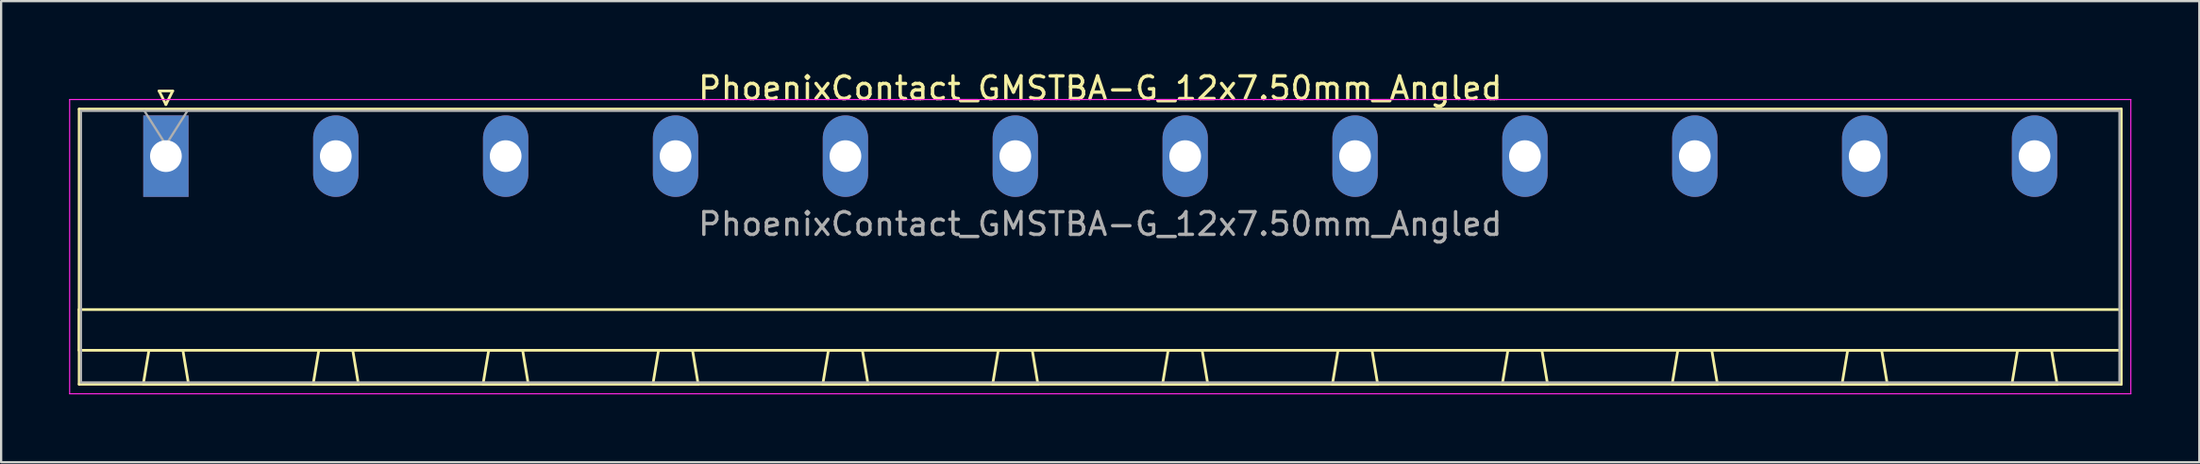
<source format=kicad_pcb>
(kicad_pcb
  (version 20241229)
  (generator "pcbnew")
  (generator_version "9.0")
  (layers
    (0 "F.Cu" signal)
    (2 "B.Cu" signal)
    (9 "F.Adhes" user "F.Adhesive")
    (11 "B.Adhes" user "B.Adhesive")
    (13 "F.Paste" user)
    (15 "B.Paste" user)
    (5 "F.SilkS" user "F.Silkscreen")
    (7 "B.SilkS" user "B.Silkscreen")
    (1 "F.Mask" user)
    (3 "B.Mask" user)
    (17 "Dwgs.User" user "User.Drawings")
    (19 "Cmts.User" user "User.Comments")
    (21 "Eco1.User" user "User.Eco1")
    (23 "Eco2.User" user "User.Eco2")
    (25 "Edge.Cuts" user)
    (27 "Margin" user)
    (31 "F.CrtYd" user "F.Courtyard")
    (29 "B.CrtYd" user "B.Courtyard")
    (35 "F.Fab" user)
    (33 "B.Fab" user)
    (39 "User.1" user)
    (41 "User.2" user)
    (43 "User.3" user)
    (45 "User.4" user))
  (footprint "PhoenixContact_GMSTBA-G_12x7.50mm_Angled"
    (layer "F.Cu")
    (at 4.275 3.848)
    (property "Reference" "PhoenixContact_GMSTBA-G_12x7.50mm_Angled" (at 41.25 -3 0) (layer "F.SilkS") (effects (font (size 1 1) (thickness 0.15))))
    (attr through_hole)
    (fp_line (start -3.83 -2.08) (end -3.83 10.08) (stroke (width 0.12) (type solid)) (layer "F.SilkS"))
    (fp_line (start -3.83 6.78) (end 86.33 6.78) (stroke (width 0.12) (type solid)) (layer "F.SilkS"))
    (fp_line (start -3.83 8.58) (end -3.83 6.78) (stroke (width 0.12) (type solid)) (layer "F.SilkS"))
    (fp_line (start -3.83 10.08) (end 86.33 10.08) (stroke (width 0.12) (type solid)) (layer "F.SilkS"))
    (fp_line (start -1 10.08) (end 1 10.08) (stroke (width 0.12) (type solid)) (layer "F.SilkS"))
    (fp_line (start -0.75 8.58) (end -1 10.08) (stroke (width 0.12) (type solid)) (layer "F.SilkS"))
    (fp_line (start -0.3 -2.88) (end 0.3 -2.88) (stroke (width 0.12) (type solid)) (layer "F.SilkS"))
    (fp_line (start 0 -2.28) (end -0.3 -2.88) (stroke (width 0.12) (type solid)) (layer "F.SilkS"))
    (fp_line (start 0.3 -2.88) (end 0 -2.28) (stroke (width 0.12) (type solid)) (layer "F.SilkS"))
    (fp_line (start 0.75 8.58) (end -0.75 8.58) (stroke (width 0.12) (type solid)) (layer "F.SilkS"))
    (fp_line (start 1 10.08) (end 0.75 8.58) (stroke (width 0.12) (type solid)) (layer "F.SilkS"))
    (fp_line (start 6.5 10.08) (end 8.5 10.08) (stroke (width 0.12) (type solid)) (layer "F.SilkS"))
    (fp_line (start 6.75 8.58) (end 6.5 10.08) (stroke (width 0.12) (type solid)) (layer "F.SilkS"))
    (fp_line (start 8.25 8.58) (end 6.75 8.58) (stroke (width 0.12) (type solid)) (layer "F.SilkS"))
    (fp_line (start 8.5 10.08) (end 8.25 8.58) (stroke (width 0.12) (type solid)) (layer "F.SilkS"))
    (fp_line (start 14 10.08) (end 16 10.08) (stroke (width 0.12) (type solid)) (layer "F.SilkS"))
    (fp_line (start 14.25 8.58) (end 14 10.08) (stroke (width 0.12) (type solid)) (layer "F.SilkS"))
    (fp_line (start 15.75 8.58) (end 14.25 8.58) (stroke (width 0.12) (type solid)) (layer "F.SilkS"))
    (fp_line (start 16 10.08) (end 15.75 8.58) (stroke (width 0.12) (type solid)) (layer "F.SilkS"))
    (fp_line (start 21.5 10.08) (end 23.5 10.08) (stroke (width 0.12) (type solid)) (layer "F.SilkS"))
    (fp_line (start 21.75 8.58) (end 21.5 10.08) (stroke (width 0.12) (type solid)) (layer "F.SilkS"))
    (fp_line (start 23.25 8.58) (end 21.75 8.58) (stroke (width 0.12) (type solid)) (layer "F.SilkS"))
    (fp_line (start 23.5 10.08) (end 23.25 8.58) (stroke (width 0.12) (type solid)) (layer "F.SilkS"))
    (fp_line (start 29 10.08) (end 31 10.08) (stroke (width 0.12) (type solid)) (layer "F.SilkS"))
    (fp_line (start 29.25 8.58) (end 29 10.08) (stroke (width 0.12) (type solid)) (layer "F.SilkS"))
    (fp_line (start 30.75 8.58) (end 29.25 8.58) (stroke (width 0.12) (type solid)) (layer "F.SilkS"))
    (fp_line (start 31 10.08) (end 30.75 8.58) (stroke (width 0.12) (type solid)) (layer "F.SilkS"))
    (fp_line (start 36.5 10.08) (end 38.5 10.08) (stroke (width 0.12) (type solid)) (layer "F.SilkS"))
    (fp_line (start 36.75 8.58) (end 36.5 10.08) (stroke (width 0.12) (type solid)) (layer "F.SilkS"))
    (fp_line (start 38.25 8.58) (end 36.75 8.58) (stroke (width 0.12) (type solid)) (layer "F.SilkS"))
    (fp_line (start 38.5 10.08) (end 38.25 8.58) (stroke (width 0.12) (type solid)) (layer "F.SilkS"))
    (fp_line (start 44 10.08) (end 46 10.08) (stroke (width 0.12) (type solid)) (layer "F.SilkS"))
    (fp_line (start 44.25 8.58) (end 44 10.08) (stroke (width 0.12) (type solid)) (layer "F.SilkS"))
    (fp_line (start 45.75 8.58) (end 44.25 8.58) (stroke (width 0.12) (type solid)) (layer "F.SilkS"))
    (fp_line (start 46 10.08) (end 45.75 8.58) (stroke (width 0.12) (type solid)) (layer "F.SilkS"))
    (fp_line (start 51.5 10.08) (end 53.5 10.08) (stroke (width 0.12) (type solid)) (layer "F.SilkS"))
    (fp_line (start 51.75 8.58) (end 51.5 10.08) (stroke (width 0.12) (type solid)) (layer "F.SilkS"))
    (fp_line (start 53.25 8.58) (end 51.75 8.58) (stroke (width 0.12) (type solid)) (layer "F.SilkS"))
    (fp_line (start 53.5 10.08) (end 53.25 8.58) (stroke (width 0.12) (type solid)) (layer "F.SilkS"))
    (fp_line (start 59 10.08) (end 61 10.08) (stroke (width 0.12) (type solid)) (layer "F.SilkS"))
    (fp_line (start 59.25 8.58) (end 59 10.08) (stroke (width 0.12) (type solid)) (layer "F.SilkS"))
    (fp_line (start 60.75 8.58) (end 59.25 8.58) (stroke (width 0.12) (type solid)) (layer "F.SilkS"))
    (fp_line (start 61 10.08) (end 60.75 8.58) (stroke (width 0.12) (type solid)) (layer "F.SilkS"))
    (fp_line (start 66.5 10.08) (end 68.5 10.08) (stroke (width 0.12) (type solid)) (layer "F.SilkS"))
    (fp_line (start 66.75 8.58) (end 66.5 10.08) (stroke (width 0.12) (type solid)) (layer "F.SilkS"))
    (fp_line (start 68.25 8.58) (end 66.75 8.58) (stroke (width 0.12) (type solid)) (layer "F.SilkS"))
    (fp_line (start 68.5 10.08) (end 68.25 8.58) (stroke (width 0.12) (type solid)) (layer "F.SilkS"))
    (fp_line (start 74 10.08) (end 76 10.08) (stroke (width 0.12) (type solid)) (layer "F.SilkS"))
    (fp_line (start 74.25 8.58) (end 74 10.08) (stroke (width 0.12) (type solid)) (layer "F.SilkS"))
    (fp_line (start 75.75 8.58) (end 74.25 8.58) (stroke (width 0.12) (type solid)) (layer "F.SilkS"))
    (fp_line (start 76 10.08) (end 75.75 8.58) (stroke (width 0.12) (type solid)) (layer "F.SilkS"))
    (fp_line (start 81.5 10.08) (end 83.5 10.08) (stroke (width 0.12) (type solid)) (layer "F.SilkS"))
    (fp_line (start 81.75 8.58) (end 81.5 10.08) (stroke (width 0.12) (type solid)) (layer "F.SilkS"))
    (fp_line (start 83.25 8.58) (end 81.75 8.58) (stroke (width 0.12) (type solid)) (layer "F.SilkS"))
    (fp_line (start 83.5 10.08) (end 83.25 8.58) (stroke (width 0.12) (type solid)) (layer "F.SilkS"))
    (fp_line (start 86.33 -2.08) (end -3.83 -2.08) (stroke (width 0.12) (type solid)) (layer "F.SilkS"))
    (fp_line (start 86.33 6.78) (end 86.33 8.58) (stroke (width 0.12) (type solid)) (layer "F.SilkS"))
    (fp_line (start 86.33 8.58) (end -3.83 8.58) (stroke (width 0.12) (type solid)) (layer "F.SilkS"))
    (fp_line (start 86.33 10.08) (end 86.33 -2.08) (stroke (width 0.12) (type solid)) (layer "F.SilkS"))
    (fp_line (start -4.25 -2.5) (end -4.25 10.5) (stroke (width 0.05) (type solid)) (layer "F.CrtYd"))
    (fp_line (start -4.25 10.5) (end 86.75 10.5) (stroke (width 0.05) (type solid)) (layer "F.CrtYd"))
    (fp_line (start 86.75 -2.5) (end -4.25 -2.5) (stroke (width 0.05) (type solid)) (layer "F.CrtYd"))
    (fp_line (start 86.75 10.5) (end 86.75 -2.5) (stroke (width 0.05) (type solid)) (layer "F.CrtYd"))
    (fp_line (start -3.75 -2) (end -3.75 10) (stroke (width 0.1) (type solid)) (layer "F.Fab"))
    (fp_line (start -3.75 10) (end 86.25 10) (stroke (width 0.1) (type solid)) (layer "F.Fab"))
    (fp_line (start 0 -0.5) (end -0.95 -2) (stroke (width 0.1) (type solid)) (layer "F.Fab"))
    (fp_line (start 0.95 -2) (end 0 -0.5) (stroke (width 0.1) (type solid)) (layer "F.Fab"))
    (fp_line (start 86.25 -2) (end -3.75 -2) (stroke (width 0.1) (type solid)) (layer "F.Fab"))
    (fp_line (start 86.25 10) (end 86.25 -2) (stroke (width 0.1) (type solid)) (layer "F.Fab"))
    (fp_text user "${REFERENCE}" (at 41.25 3 0) (layer "F.Fab") (effects (font (size 1 1) (thickness 0.15))))
    (pad "1" thru_hole rect (at 0 0) (size 2 3.6) (drill 1.4) (layers "*.Cu" "*.Mask"))
    (pad "2" thru_hole oval (at 7.5 0) (size 2 3.6) (drill 1.4) (layers "*.Cu" "*.Mask"))
    (pad "3" thru_hole oval (at 15 0) (size 2 3.6) (drill 1.4) (layers "*.Cu" "*.Mask"))
    (pad "4" thru_hole oval (at 22.5 0) (size 2 3.6) (drill 1.4) (layers "*.Cu" "*.Mask"))
    (pad "5" thru_hole oval (at 30 0) (size 2 3.6) (drill 1.4) (layers "*.Cu" "*.Mask"))
    (pad "6" thru_hole oval (at 37.5 0) (size 2 3.6) (drill 1.4) (layers "*.Cu" "*.Mask"))
    (pad "7" thru_hole oval (at 45 0) (size 2 3.6) (drill 1.4) (layers "*.Cu" "*.Mask"))
    (pad "8" thru_hole oval (at 52.5 0) (size 2 3.6) (drill 1.4) (layers "*.Cu" "*.Mask"))
    (pad "9" thru_hole oval (at 60 0) (size 2 3.6) (drill 1.4) (layers "*.Cu" "*.Mask"))
    (pad "10" thru_hole oval (at 67.5 0) (size 2 3.6) (drill 1.4) (layers "*.Cu" "*.Mask"))
    (pad "11" thru_hole oval (at 75 0) (size 2 3.6) (drill 1.4) (layers "*.Cu" "*.Mask"))
    (pad "12" thru_hole oval (at 82.5 0) (size 2 3.6) (drill 1.4) (layers "*.Cu" "*.Mask")))
  (gr_rect
    (start -3 -3)
    (end 94.05 17.373)
    (stroke (width 0.1) (type default))
    (fill no)
    (layer "Edge.Cuts")))
</source>
